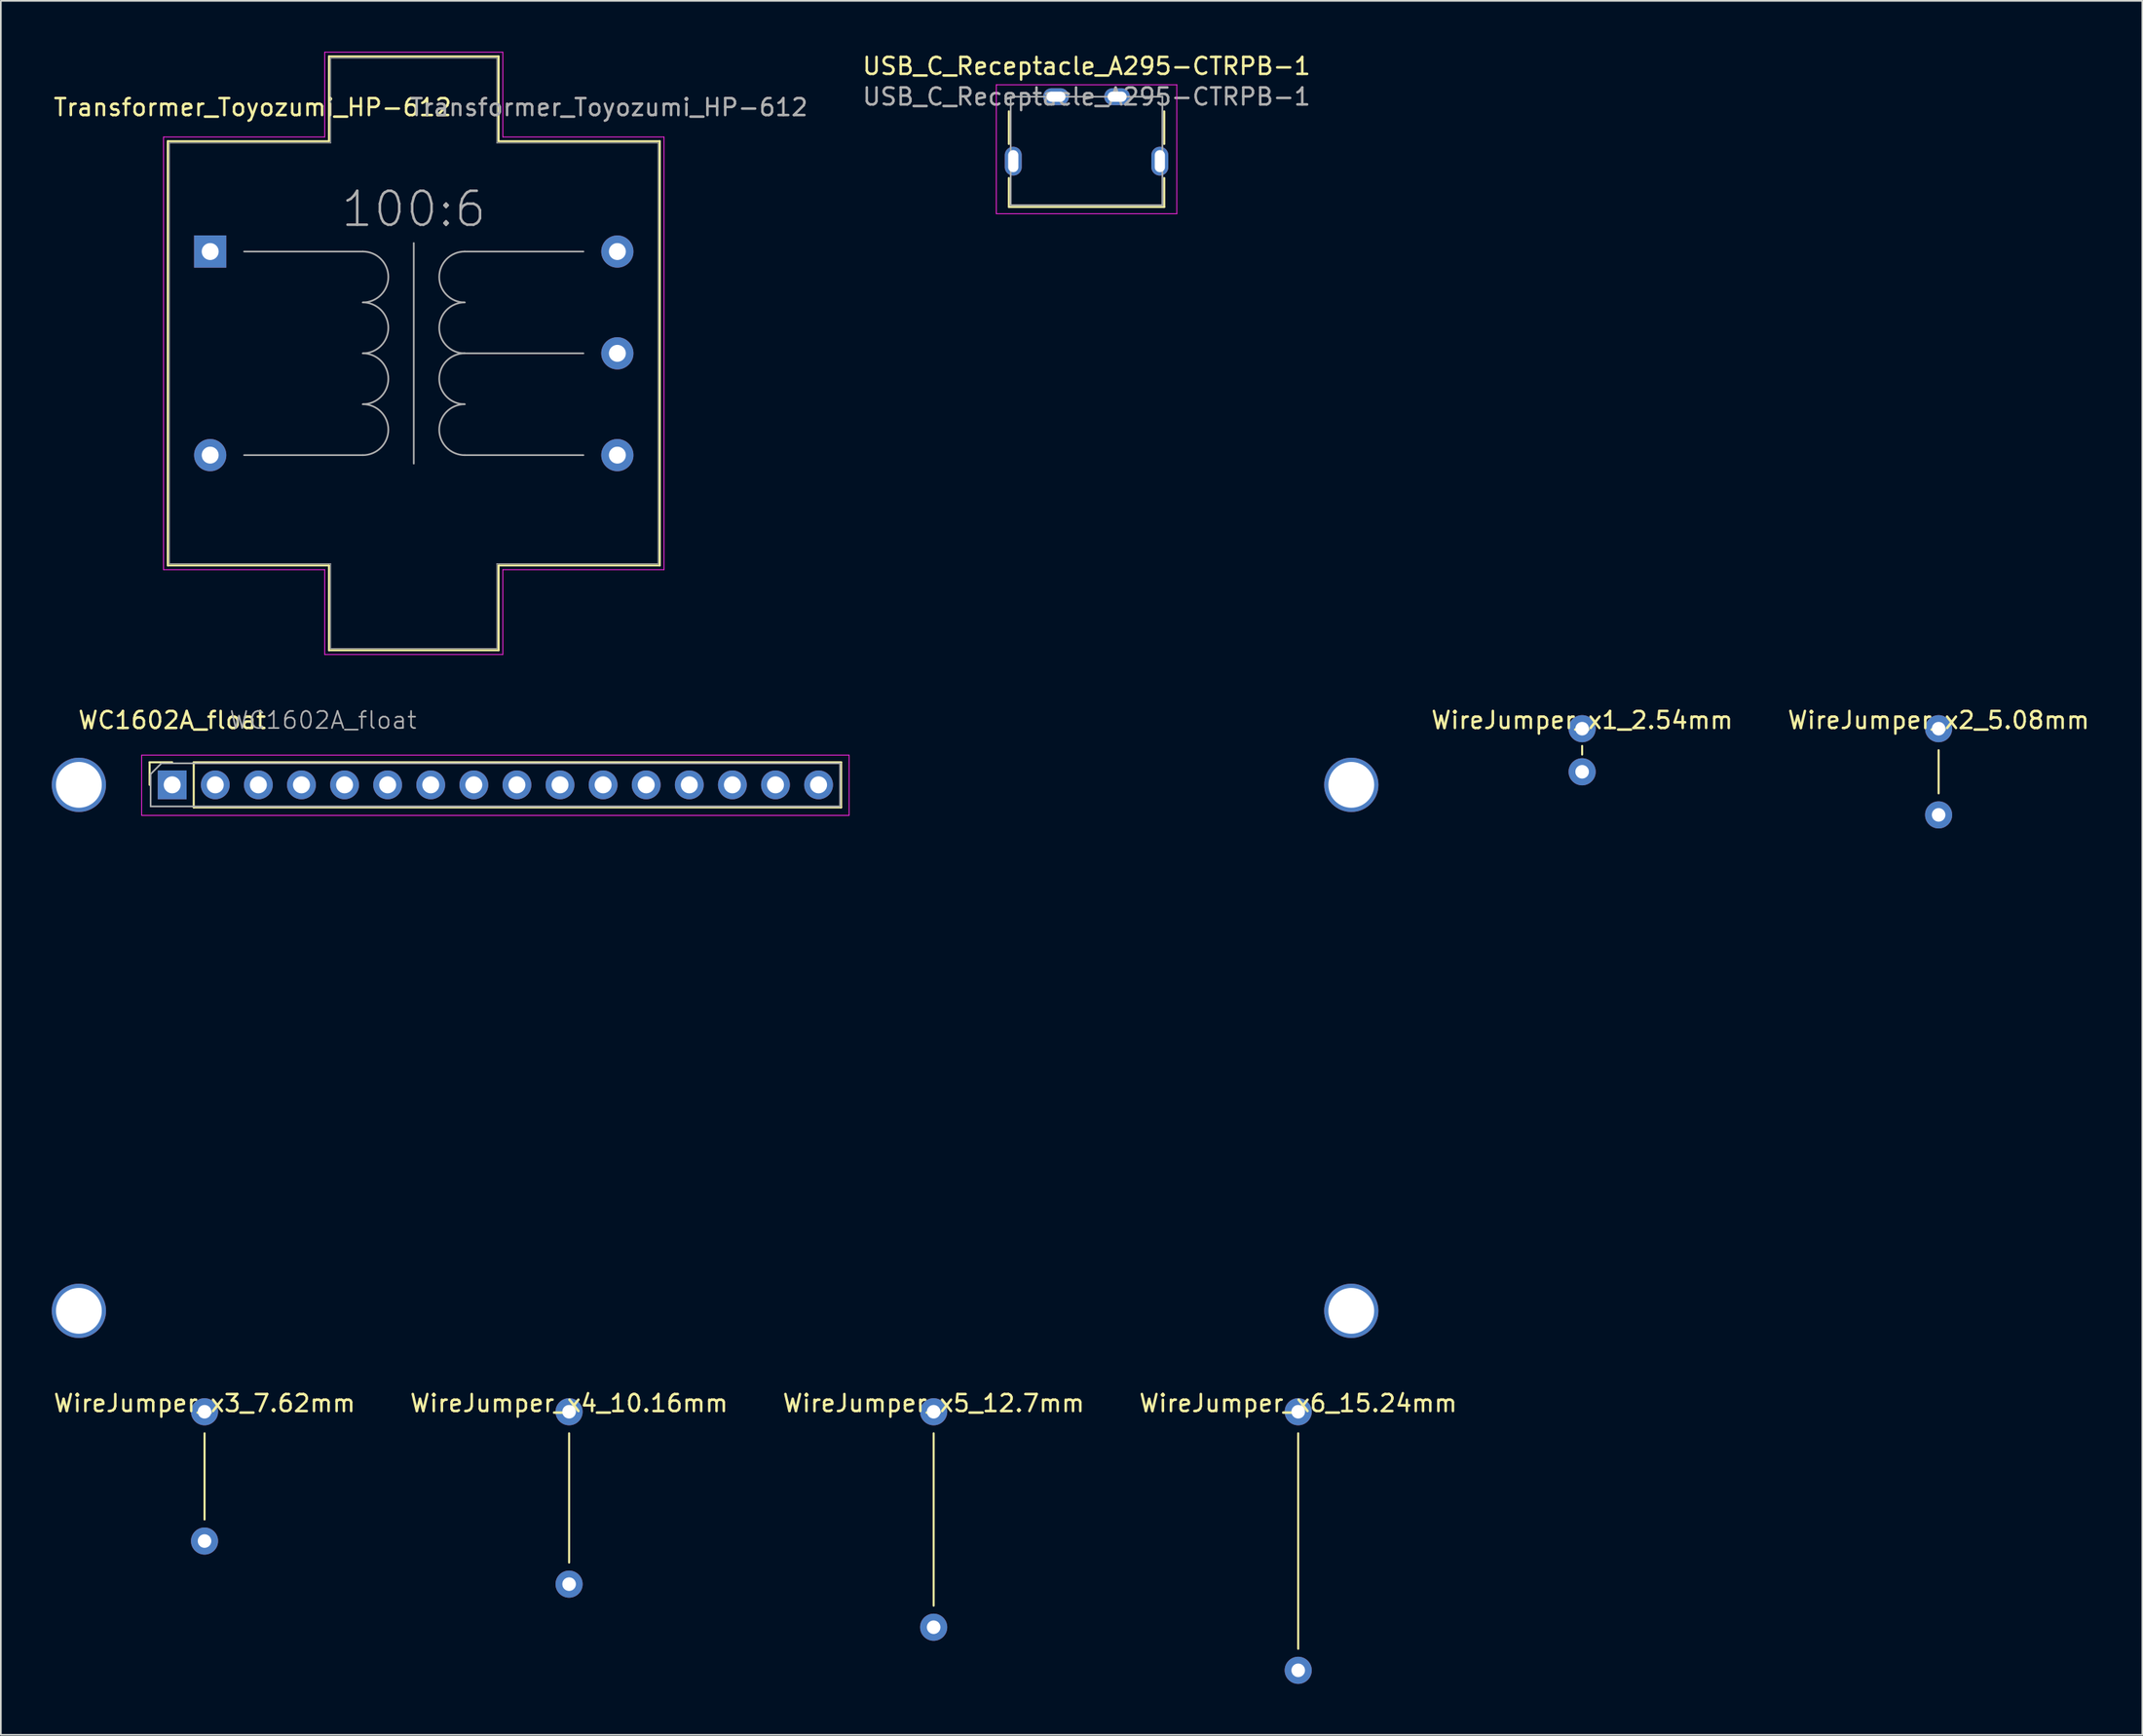
<source format=kicad_pcb>
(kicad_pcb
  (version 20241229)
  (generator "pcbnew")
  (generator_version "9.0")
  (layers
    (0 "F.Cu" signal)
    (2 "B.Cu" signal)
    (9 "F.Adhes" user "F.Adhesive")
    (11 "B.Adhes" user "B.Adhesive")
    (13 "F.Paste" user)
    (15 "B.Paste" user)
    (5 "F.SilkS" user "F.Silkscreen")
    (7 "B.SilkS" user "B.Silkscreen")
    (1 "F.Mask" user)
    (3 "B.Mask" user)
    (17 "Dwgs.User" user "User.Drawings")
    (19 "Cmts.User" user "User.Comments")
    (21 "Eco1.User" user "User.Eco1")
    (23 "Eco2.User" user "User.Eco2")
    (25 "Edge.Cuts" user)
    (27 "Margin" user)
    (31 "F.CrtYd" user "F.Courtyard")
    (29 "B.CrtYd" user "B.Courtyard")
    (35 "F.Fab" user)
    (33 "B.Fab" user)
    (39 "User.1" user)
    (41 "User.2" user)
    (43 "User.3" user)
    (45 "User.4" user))
  (footprint "USB_C_Receptacle_A295-CTRPB-1"
    (layer "F.Cu")
    (at 60.994 2.648)
    (property "Reference" "USB_C_Receptacle_A295-CTRPB-1" (at 0 -1.8 0) (layer "F.SilkS") (effects (font (size 1 1) (thickness 0.15))))
    (attr smd)
    (fp_line (start -4.58 0.865) (end -4.58 2.785) (stroke (width 0.12) (type solid)) (layer "F.SilkS"))
    (fp_line (start -4.58 6.5) (end -4.58 4.795) (stroke (width 0.12) (type solid)) (layer "F.SilkS"))
    (fp_line (start 4.58 2.785) (end 4.58 0.865) (stroke (width 0.12) (type solid)) (layer "F.SilkS"))
    (fp_line (start 4.58 4.795) (end 4.58 6.5) (stroke (width 0.12) (type solid)) (layer "F.SilkS"))
    (fp_line (start 4.58 6.5) (end -4.58 6.5) (stroke (width 0.12) (type solid)) (layer "F.SilkS"))
    (fp_line (start -5.32 6.9) (end -5.32 -0.7) (stroke (width 0.05) (type solid)) (layer "F.CrtYd"))
    (fp_line (start 5.32 -0.7) (end -5.32 -0.7) (stroke (width 0.05) (type solid)) (layer "F.CrtYd"))
    (fp_line (start 5.32 -0.7) (end 5.32 6.9) (stroke (width 0.05) (type solid)) (layer "F.CrtYd"))
    (fp_line (start 5.32 6.9) (end -5.32 6.9) (stroke (width 0.05) (type solid)) (layer "F.CrtYd"))
    (fp_line (start -4.47 0) (end -4.47 6.395) (stroke (width 0.1) (type solid)) (layer "F.Fab"))
    (fp_line (start -4.47 0) (end 4.47 0) (stroke (width 0.1) (type solid)) (layer "F.Fab"))
    (fp_line (start -4.47 6.395) (end 4.47 6.395) (stroke (width 0.1) (type solid)) (layer "F.Fab"))
    (fp_line (start 4.47 6.395) (end 4.47 0) (stroke (width 0.1) (type solid)) (layer "F.Fab"))
    (fp_text user "${REFERENCE}" (at 0 0 0) (layer "F.Fab") (effects (font (size 1 1) (thickness 0.15))))
    (pad "1" thru_hole oval (at -1.8 0) (size 1.52 1) (drill oval 1.12 0.6) (layers "*.Cu" "*.Mask"))
    (pad "2" thru_hole oval (at 1.8 0) (size 1.52 1) (drill oval 1.12 0.6) (layers "*.Cu" "*.Mask"))
    (pad "3" thru_hole oval (at -4.32 3.8) (size 1 1.7) (drill oval 0.6 1.3) (layers "*.Cu" "*.Mask"))
    (pad "3" thru_hole oval (at 4.32 3.8) (size 1 1.7) (drill oval 0.6 1.3) (layers "*.Cu" "*.Mask")))
  (footprint "WireJumper_x4_10.16mm"
    (layer "F.Cu")
    (at 30.494 80.157)
    (property "Reference" "WireJumper_x4_10.16mm" (at 0 -0.5 0) (unlocked yes) (layer "F.SilkS") (effects (font (size 1 1) (thickness 0.15))))
    (attr through_hole)
    (fp_line (start 0 1.27) (end 0 8.89) (stroke (width 0.12) (type default)) (layer "F.SilkS"))
    (pad "1" thru_hole circle (at 0 0) (size 1.6 1.6) (drill 0.8) (layers "*.Cu" "*.Mask"))
    (pad "1" thru_hole circle (at 0 10.16) (size 1.6 1.6) (drill 0.8) (layers "*.Cu" "*.Mask")))
  (footprint "WireJumper_x3_7.62mm"
    (layer "F.Cu")
    (at 9.006 80.157)
    (property "Reference" "WireJumper_x3_7.62mm" (at 0 -0.5 0) (unlocked yes) (layer "F.SilkS") (effects (font (size 1 1) (thickness 0.15))))
    (attr through_hole)
    (fp_line (start 0 1.27) (end 0 6.35) (stroke (width 0.12) (type default)) (layer "F.SilkS"))
    (pad "1" thru_hole circle (at 0 0) (size 1.6 1.6) (drill 0.8) (layers "*.Cu" "*.Mask"))
    (pad "1" thru_hole circle (at 0 7.62) (size 1.6 1.6) (drill 0.8) (layers "*.Cu" "*.Mask")))
  (footprint "Transformer_Toyozumi_HP-612"
    (layer "F.Cu")
    (at 9.339 11.775)
    (property "Reference" "Transformer_Toyozumi_HP-612" (at 2.5 -8.5 0) (layer "F.SilkS") (effects (font (size 1 1) (thickness 0.15))))
    (attr through_hole)
    (fp_line (start -2.5 -6.5) (end 7 -6.5) (stroke (width 0.12) (type solid)) (layer "F.SilkS"))
    (fp_line (start -2.5 18.5) (end -2.5 -6.5) (stroke (width 0.12) (type solid)) (layer "F.SilkS"))
    (fp_line (start 7 -11.5) (end 17 -11.5) (stroke (width 0.12) (type solid)) (layer "F.SilkS"))
    (fp_line (start 7 -6.5) (end 7 -11.5) (stroke (width 0.12) (type solid)) (layer "F.SilkS"))
    (fp_line (start 7 18.5) (end -2.5 18.5) (stroke (width 0.12) (type solid)) (layer "F.SilkS"))
    (fp_line (start 7 18.5) (end 7 23.5) (stroke (width 0.12) (type solid)) (layer "F.SilkS"))
    (fp_line (start 17 -6.5) (end 17 -11.5) (stroke (width 0.12) (type solid)) (layer "F.SilkS"))
    (fp_line (start 17 -6.5) (end 26.5 -6.5) (stroke (width 0.12) (type solid)) (layer "F.SilkS"))
    (fp_line (start 17 18.5) (end 17 23.5) (stroke (width 0.12) (type solid)) (layer "F.SilkS"))
    (fp_line (start 17 23.5) (end 7 23.5) (stroke (width 0.12) (type solid)) (layer "F.SilkS"))
    (fp_line (start 26.5 -6.5) (end 26.5 18.5) (stroke (width 0.12) (type solid)) (layer "F.SilkS"))
    (fp_line (start 26.5 18.5) (end 17 18.5) (stroke (width 0.12) (type solid)) (layer "F.SilkS"))
    (fp_line (start -2.75 -6.75) (end -2.75 18.75) (stroke (width 0.05) (type default)) (layer "F.CrtYd"))
    (fp_line (start -2.75 18.75) (end 6.75 18.75) (stroke (width 0.05) (type default)) (layer "F.CrtYd"))
    (fp_line (start 6.75 -11.75) (end 6.75 -6.75) (stroke (width 0.05) (type default)) (layer "F.CrtYd"))
    (fp_line (start 6.75 -6.75) (end -2.75 -6.75) (stroke (width 0.05) (type default)) (layer "F.CrtYd"))
    (fp_line (start 6.75 18.75) (end 6.75 23.75) (stroke (width 0.05) (type default)) (layer "F.CrtYd"))
    (fp_line (start 6.75 23.75) (end 17.25 23.75) (stroke (width 0.05) (type default)) (layer "F.CrtYd"))
    (fp_line (start 17.25 -11.75) (end 6.75 -11.75) (stroke (width 0.05) (type default)) (layer "F.CrtYd"))
    (fp_line (start 17.25 -6.75) (end 17.25 -11.75) (stroke (width 0.05) (type default)) (layer "F.CrtYd"))
    (fp_line (start 17.25 18.75) (end 26.75 18.75) (stroke (width 0.05) (type default)) (layer "F.CrtYd"))
    (fp_line (start 17.25 23.75) (end 17.25 18.75) (stroke (width 0.05) (type default)) (layer "F.CrtYd"))
    (fp_line (start 26.75 -6.75) (end 17.25 -6.75) (stroke (width 0.05) (type default)) (layer "F.CrtYd"))
    (fp_line (start 26.75 -6.75) (end 26.75 18.75) (stroke (width 0.05) (type default)) (layer "F.CrtYd"))
    (fp_line (start -2.4 -6.4) (end -2.4 18.4) (stroke (width 0.05) (type default)) (layer "F.Fab"))
    (fp_line (start 7.1 -11.4) (end 7.1 -6.4) (stroke (width 0.05) (type default)) (layer "F.Fab"))
    (fp_line (start 7.1 -6.4) (end -2.4 -6.4) (stroke (width 0.05) (type default)) (layer "F.Fab"))
    (fp_line (start 7.1 18.4) (end -2.4 18.4) (stroke (width 0.05) (type default)) (layer "F.Fab"))
    (fp_line (start 7.1 18.4) (end 7.1 23.4) (stroke (width 0.05) (type default)) (layer "F.Fab"))
    (fp_line (start 7.1 23.4) (end 16.9 23.4) (stroke (width 0.05) (type default)) (layer "F.Fab"))
    (fp_line (start 9 0) (end 2 0) (stroke (width 0.1) (type solid)) (layer "F.Fab"))
    (fp_line (start 9 12) (end 2 12) (stroke (width 0.1) (type solid)) (layer "F.Fab"))
    (fp_line (start 12 -0.5) (end 12 12.5) (stroke (width 0.1) (type solid)) (layer "F.Fab"))
    (fp_line (start 15 0) (end 22 0) (stroke (width 0.1) (type solid)) (layer "F.Fab"))
    (fp_line (start 15 6) (end 22 6) (stroke (width 0.1) (type solid)) (layer "F.Fab"))
    (fp_line (start 15 12) (end 22 12) (stroke (width 0.1) (type solid)) (layer "F.Fab"))
    (fp_line (start 16.9 -11.4) (end 7.1 -11.4) (stroke (width 0.05) (type default)) (layer "F.Fab"))
    (fp_line (start 16.9 -6.4) (end 16.9 -11.4) (stroke (width 0.05) (type default)) (layer "F.Fab"))
    (fp_line (start 16.9 -6.4) (end 26.4 -6.4) (stroke (width 0.05) (type default)) (layer "F.Fab"))
    (fp_line (start 16.9 18.4) (end 26.4 18.4) (stroke (width 0.05) (type default)) (layer "F.Fab"))
    (fp_line (start 16.9 23.4) (end 16.9 18.4) (stroke (width 0.05) (type default)) (layer "F.Fab"))
    (fp_line (start 26.4 18.4) (end 26.4 -6.4) (stroke (width 0.05) (type default)) (layer "F.Fab"))
    (fp_arc (start 9 0) (mid 10.5 1.5) (end 9 3) (stroke (width 0.1) (type solid)) (layer "F.Fab"))
    (fp_arc (start 9 3) (mid 10.5 4.5) (end 9 6) (stroke (width 0.1) (type solid)) (layer "F.Fab"))
    (fp_arc (start 9 6) (mid 10.5 7.5) (end 9 9) (stroke (width 0.1) (type solid)) (layer "F.Fab"))
    (fp_arc (start 9 9) (mid 10.5 10.5) (end 9 12) (stroke (width 0.1) (type solid)) (layer "F.Fab"))
    (fp_arc (start 15 3) (mid 13.5 1.5) (end 15 0) (stroke (width 0.1) (type solid)) (layer "F.Fab"))
    (fp_arc (start 15 6) (mid 13.5 4.5) (end 15 3) (stroke (width 0.1) (type solid)) (layer "F.Fab"))
    (fp_arc (start 15 9) (mid 13.5 7.5) (end 15 6) (stroke (width 0.1) (type solid)) (layer "F.Fab"))
    (fp_arc (start 15 12) (mid 13.5 10.5) (end 15 9) (stroke (width 0.1) (type solid)) (layer "F.Fab"))
    (fp_text user "100:6" (at 12 -2.5 0) (unlocked yes) (layer "F.Fab") (effects (font (size 2 2) (thickness 0.15))))
    (fp_text user "${REFERENCE}" (at 23.5 -8.5 0) (layer "F.Fab") (effects (font (size 1 1) (thickness 0.15))))
    (pad "1" thru_hole rect (at 0 0) (size 1.9 1.9) (drill 1) (layers "*.Cu" "*.Mask"))
    (pad "2" thru_hole circle (at 0 12) (size 1.9 1.9) (drill 1) (layers "*.Cu" "*.Mask"))
    (pad "3" thru_hole circle (at 24 12) (size 1.9 1.9) (drill 1) (layers "*.Cu" "*.Mask"))
    (pad "4" thru_hole circle (at 24 6) (size 1.9 1.9) (drill 1) (layers "*.Cu" "*.Mask"))
    (pad "5" thru_hole circle (at 24 0) (size 1.9 1.9) (drill 1) (layers "*.Cu" "*.Mask")))
  (footprint "WireJumper_x1_2.54mm"
    (layer "F.Cu")
    (at 90.205 39.898)
    (property "Reference" "WireJumper_x1_2.54mm" (at 0 -0.5 0) (unlocked yes) (layer "F.SilkS") (effects (font (size 1 1) (thickness 0.15))))
    (attr through_hole)
    (fp_line (start 0 1.016) (end 0 1.524) (stroke (width 0.12) (type default)) (layer "F.SilkS"))
    (pad "1" thru_hole circle (at 0 0) (size 1.6 1.6) (drill 0.8) (layers "*.Cu" "*.Mask"))
    (pad "1" thru_hole circle (at 0 2.54) (size 1.6 1.6) (drill 0.8) (layers "*.Cu" "*.Mask")))
  (footprint "WireJumper_x6_15.24mm"
    (layer "F.Cu")
    (at 73.47 80.157)
    (property "Reference" "WireJumper_x6_15.24mm" (at 0 -0.5 0) (unlocked yes) (layer "F.SilkS") (effects (font (size 1 1) (thickness 0.15))))
    (attr through_hole)
    (fp_line (start 0 1.27) (end 0 13.97) (stroke (width 0.12) (type default)) (layer "F.SilkS"))
    (pad "1" thru_hole circle (at 0 0) (size 1.6 1.6) (drill 0.8) (layers "*.Cu" "*.Mask"))
    (pad "1" thru_hole circle (at 0 15.24) (size 1.6 1.6) (drill 0.8) (layers "*.Cu" "*.Mask")))
  (footprint "WC1602A_float"
    (layer "F.Cu")
    (at 7.099 43.208)
    (property "Reference" "WC1602A_float" (at 0 -3.81 0) (layer "F.SilkS") (effects (font (size 1 1) (thickness 0.15))))
    (attr through_hole)
    (fp_line (start -1.33 -1.33) (end 0 -1.33) (stroke (width 0.12) (type solid)) (layer "F.SilkS"))
    (fp_line (start -1.33 0) (end -1.33 -1.33) (stroke (width 0.12) (type solid)) (layer "F.SilkS"))
    (fp_line (start 1.27 -1.33) (end 39.43 -1.33) (stroke (width 0.12) (type solid)) (layer "F.SilkS"))
    (fp_line (start 1.27 1.33) (end 1.27 -1.33) (stroke (width 0.12) (type solid)) (layer "F.SilkS"))
    (fp_line (start 1.27 1.33) (end 39.43 1.33) (stroke (width 0.12) (type solid)) (layer "F.SilkS"))
    (fp_line (start 39.43 1.33) (end 39.43 -1.33) (stroke (width 0.12) (type solid)) (layer "F.SilkS"))
    (fp_line (start -1.8 -1.75) (end 39.9 -1.75) (stroke (width 0.05) (type solid)) (layer "F.CrtYd"))
    (fp_line (start -1.8 1.8) (end -1.8 -1.75) (stroke (width 0.05) (type solid)) (layer "F.CrtYd"))
    (fp_line (start 39.9 -1.75) (end 39.9 1.8) (stroke (width 0.05) (type solid)) (layer "F.CrtYd"))
    (fp_line (start 39.9 1.8) (end -1.8 1.8) (stroke (width 0.05) (type solid)) (layer "F.CrtYd"))
    (fp_line (start -1.27 -0.635) (end -0.635 -1.27) (stroke (width 0.1) (type solid)) (layer "F.Fab"))
    (fp_line (start -1.27 1.27) (end -1.27 -0.635) (stroke (width 0.1) (type solid)) (layer "F.Fab"))
    (fp_line (start -0.635 -1.27) (end 39.37 -1.27) (stroke (width 0.1) (type solid)) (layer "F.Fab"))
    (fp_line (start 39.37 -1.27) (end 39.37 1.27) (stroke (width 0.1) (type solid)) (layer "F.Fab"))
    (fp_line (start 39.37 1.27) (end -1.27 1.27) (stroke (width 0.1) (type solid)) (layer "F.Fab"))
    (fp_text user "${REFERENCE}" (at 8.89 -3.81 0) (layer "F.Fab") (effects (font (size 1 1) (thickness 0.1))))
    (pad "" thru_hole circle (at -5.499 0) (size 3.2 3.2) (drill 2.7) (layers "*.Cu" "*.Mask"))
    (pad "" thru_hole circle (at -5.499 31.001) (size 3.2 3.2) (drill 2.7) (layers "*.Cu" "*.Mask"))
    (pad "" thru_hole circle (at 69.499 31.001) (size 3.2 3.2) (drill 2.7) (layers "*.Cu" "*.Mask"))
    (pad "" thru_hole circle (at 69.5 0) (size 3.2 3.2) (drill 2.7) (layers "*.Cu" "*.Mask"))
    (pad "1" thru_hole rect (at 0 0 90) (size 1.7 1.7) (drill 1) (layers "*.Cu" "*.Mask"))
    (pad "2" thru_hole oval (at 2.54 0 90) (size 1.7 1.7) (drill 1) (layers "*.Cu" "*.Mask"))
    (pad "3" thru_hole oval (at 5.08 0 90) (size 1.7 1.7) (drill 1) (layers "*.Cu" "*.Mask"))
    (pad "4" thru_hole oval (at 7.62 0 90) (size 1.7 1.7) (drill 1) (layers "*.Cu" "*.Mask"))
    (pad "5" thru_hole oval (at 10.16 0 90) (size 1.7 1.7) (drill 1) (layers "*.Cu" "*.Mask"))
    (pad "6" thru_hole oval (at 12.7 0 90) (size 1.7 1.7) (drill 1) (layers "*.Cu" "*.Mask"))
    (pad "7" thru_hole oval (at 15.24 0 90) (size 1.7 1.7) (drill 1) (layers "*.Cu" "*.Mask"))
    (pad "8" thru_hole oval (at 17.78 0 90) (size 1.7 1.7) (drill 1) (layers "*.Cu" "*.Mask"))
    (pad "9" thru_hole oval (at 20.32 0 90) (size 1.7 1.7) (drill 1) (layers "*.Cu" "*.Mask"))
    (pad "10" thru_hole oval (at 22.86 0 90) (size 1.7 1.7) (drill 1) (layers "*.Cu" "*.Mask"))
    (pad "11" thru_hole oval (at 25.4 0 90) (size 1.7 1.7) (drill 1) (layers "*.Cu" "*.Mask"))
    (pad "12" thru_hole oval (at 27.94 0 90) (size 1.7 1.7) (drill 1) (layers "*.Cu" "*.Mask"))
    (pad "13" thru_hole oval (at 30.48 0 90) (size 1.7 1.7) (drill 1) (layers "*.Cu" "*.Mask"))
    (pad "14" thru_hole oval (at 33.02 0 90) (size 1.7 1.7) (drill 1) (layers "*.Cu" "*.Mask"))
    (pad "15" thru_hole oval (at 35.56 0 90) (size 1.7 1.7) (drill 1) (layers "*.Cu" "*.Mask"))
    (pad "16" thru_hole oval (at 38.1 0 90) (size 1.7 1.7) (drill 1) (layers "*.Cu" "*.Mask")))
  (footprint "WireJumper_x5_12.7mm"
    (layer "F.Cu")
    (at 51.982 80.157)
    (property "Reference" "WireJumper_x5_12.7mm" (at 0 -0.5 0) (unlocked yes) (layer "F.SilkS") (effects (font (size 1 1) (thickness 0.15))))
    (attr through_hole)
    (fp_line (start 0 1.27) (end 0 11.43) (stroke (width 0.12) (type default)) (layer "F.SilkS"))
    (pad "1" thru_hole circle (at 0 0) (size 1.6 1.6) (drill 0.8) (layers "*.Cu" "*.Mask"))
    (pad "1" thru_hole circle (at 0 12.7) (size 1.6 1.6) (drill 0.8) (layers "*.Cu" "*.Mask")))
  (footprint "WireJumper_x2_5.08mm"
    (layer "F.Cu")
    (at 111.217 39.898)
    (property "Reference" "WireJumper_x2_5.08mm" (at 0 -0.5 0) (unlocked yes) (layer "F.SilkS") (effects (font (size 1 1) (thickness 0.15))))
    (attr through_hole)
    (fp_line (start 0 1.27) (end 0 3.81) (stroke (width 0.12) (type default)) (layer "F.SilkS"))
    (pad "1" thru_hole circle (at 0 0) (size 1.6 1.6) (drill 0.8) (layers "*.Cu" "*.Mask"))
    (pad "1" thru_hole circle (at 0 5.08) (size 1.6 1.6) (drill 0.8) (layers "*.Cu" "*.Mask")))
  (gr_rect
    (start -3 -3)
    (end 123.223 99.197)
    (stroke (width 0.1) (type default))
    (fill no)
    (layer "Edge.Cuts")))
</source>
